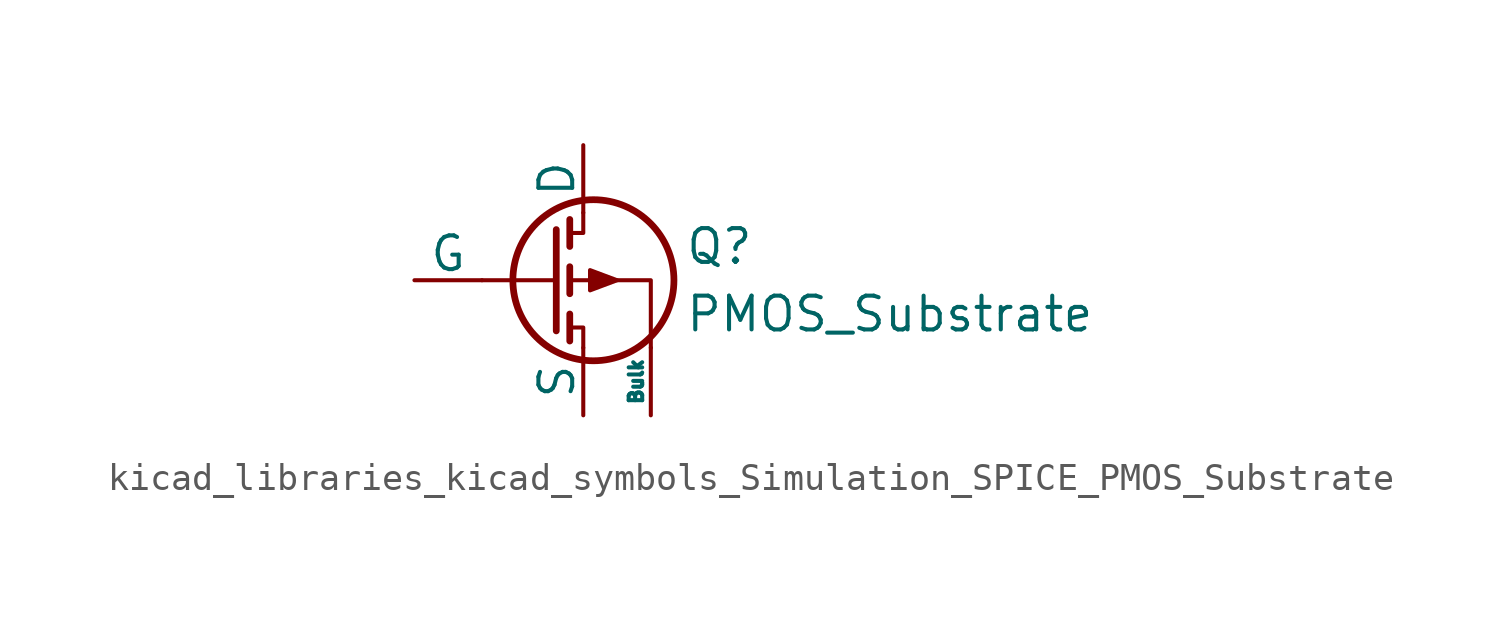
<source format=kicad_sym>
(kicad_symbol_lib
  (version 20220914)
  (generator kicad_symbol_editor)
  (symbol "kicad_libraries_kicad_symbols_Simulation_SPICE_PMOS_Substrate"
    (pin_numbers hide)
    (pin_names
      (offset 0))
    (property "Reference" "Q"
      (at 6.35 1.27 0)
      (effects (font (size 1.27 1.27)) (justify left)))
    (property "Value" "PMOS_Substrate"
      (at 6.35 -1.27 0)
      (effects (font (size 1.27 1.27)) (justify left)))
    (symbol "kicad_libraries_kicad_symbols_Simulation_SPICE_PMOS_Substrate_0_1"
      (polyline (pts (xy 1.524 0) (xy -1.27 0)) (stroke (width 0) (type default)) (fill (type none)))
      (polyline (pts (xy 1.524 1.905) (xy 1.524 -1.905)) (stroke (width 0.254) (type default)) (fill (type none)))
      (polyline (pts (xy 2.032 -1.27) (xy 2.032 -2.286)) (stroke (width 0.254) (type default)) (fill (type none)))
      (polyline (pts (xy 2.032 0.508) (xy 2.032 -0.508)) (stroke (width 0.254) (type default)) (fill (type none)))
      (polyline (pts (xy 2.032 2.286) (xy 2.032 1.27)) (stroke (width 0.254) (type default)) (fill (type none)))
      (polyline (pts (xy 2.032 1.778) (xy 2.54 1.778) (xy 2.54 2.54)) (stroke (width 0) (type default)) (fill (type none)))
      (polyline (pts (xy 2.54 -2.54) (xy 2.54 -1.778) (xy 2.032 -1.778)) (stroke (width 0) (type default)) (fill (type none)))
      (polyline (pts (xy 5.08 -2.54) (xy 5.08 0) (xy 2.032 0)) (stroke (width 0) (type default)) (fill (type none)))
      (polyline (pts (xy 3.81 0) (xy 2.794 0.381) (xy 2.794 -0.381) (xy 3.81 0)) (stroke (width 0) (type default)) (fill (type outline)))
      (circle (center 2.921 0) (radius 3.029) (stroke (width 0.254) (type default)) (fill (type none))))
    (symbol "kicad_libraries_kicad_symbols_Simulation_SPICE_PMOS_Substrate_1_1"
      (pin passive line (at 2.54 5.08 270) (length 2.54) (name "D" (effects (font (size 1.27 1.27)))) (number "1" (effects (font (size 1.27 1.27)))))
      (pin input line (at -3.81 0 0) (length 2.54) (name "G" (effects (font (size 1.27 1.27)))) (number "2" (effects (font (size 1.27 1.27)))))
      (pin passive line (at 2.54 -5.08 90) (length 2.54) (name "S" (effects (font (size 1.27 1.27)))) (number "3" (effects (font (size 1.27 1.27)))))
      (pin input line (at 5.08 -5.08 90) (length 2.54) (name "Bulk" (effects (font (size 0.508 0.508)))) (number "4" (effects (font (size 1.27 1.27))))))))
</source>
